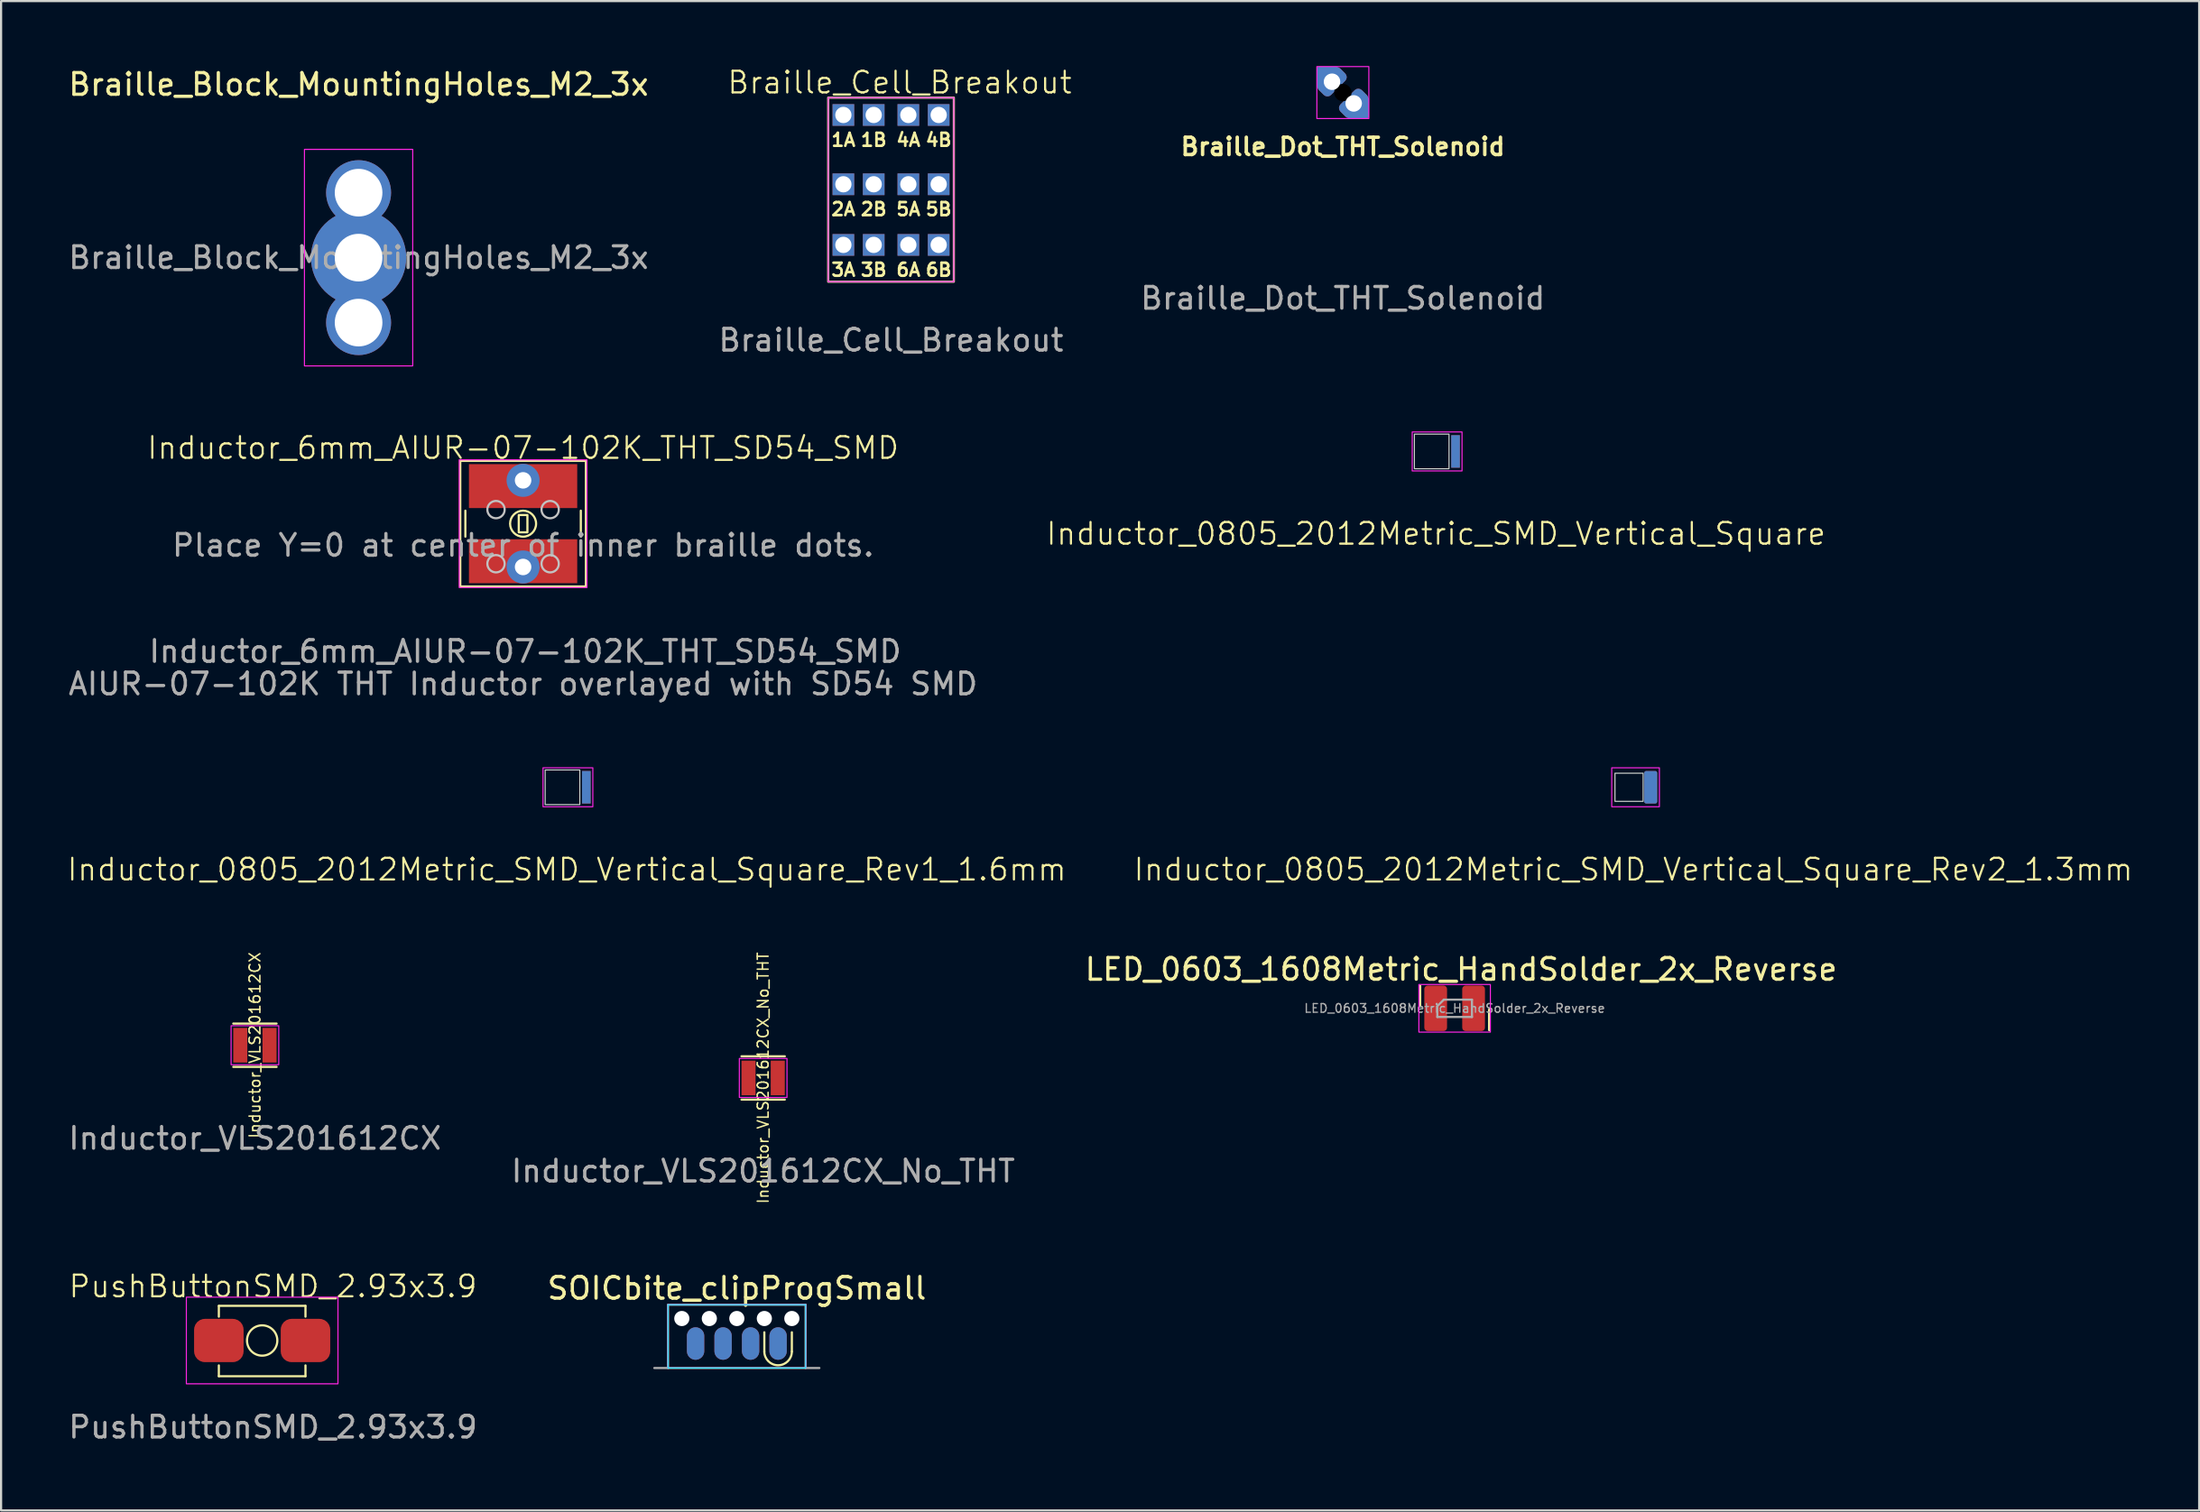
<source format=kicad_pcb>
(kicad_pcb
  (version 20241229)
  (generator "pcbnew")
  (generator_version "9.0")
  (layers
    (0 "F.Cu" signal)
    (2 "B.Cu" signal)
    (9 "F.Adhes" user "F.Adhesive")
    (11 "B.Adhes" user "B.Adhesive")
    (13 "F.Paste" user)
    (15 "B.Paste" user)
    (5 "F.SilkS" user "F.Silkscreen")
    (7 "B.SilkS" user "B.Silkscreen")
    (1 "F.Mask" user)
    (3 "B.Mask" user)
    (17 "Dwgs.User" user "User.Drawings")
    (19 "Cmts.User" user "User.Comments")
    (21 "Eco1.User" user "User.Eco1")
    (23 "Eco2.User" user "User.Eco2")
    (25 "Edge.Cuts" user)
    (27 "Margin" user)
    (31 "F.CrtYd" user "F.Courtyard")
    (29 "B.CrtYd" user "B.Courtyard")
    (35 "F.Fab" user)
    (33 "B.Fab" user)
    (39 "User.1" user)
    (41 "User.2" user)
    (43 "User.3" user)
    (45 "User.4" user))
  (footprint "Inductor_VLS201612CX"
    (layer "F.Cu")
    (at 8.72 45.22)
    (property "Reference" "Inductor_VLS201612CX" (at 0 0 90) (unlocked yes) (layer "F.SilkS") (effects (font (size 0.5 0.5) (thickness 0.07))))
    (attr smd)
    (fp_line (start -1 -1) (end 1 -1) (stroke (width 0.1) (type default)) (layer "F.SilkS"))
    (fp_line (start -1 1) (end 1 1) (stroke (width 0.1) (type default)) (layer "F.SilkS"))
    (fp_rect (start -1.1 -0.9) (end 1.1 0.9) (stroke (width 0.05) (type default)) (fill no) (layer "F.CrtYd"))
    (fp_text user "${REFERENCE}" (at 0 4.3 0) (unlocked yes) (layer "F.Fab") (effects (font (size 1 1) (thickness 0.15))))
    (pad "1" smd rect (at -0.675 0) (size 0.65 1.6) (layers "F.Cu" "F.Mask" "F.Paste"))
    (pad "2" smd rect (at 0.675 0) (size 0.65 1.6) (layers "F.Cu" "F.Mask" "F.Paste")))
  (footprint "PushButtonSMD_2.93x3.9"
    (layer "F.Cu")
    (at 9.054 58.857)
    (property "Reference" "PushButtonSMD_2.93x3.9" (at 0.5 -2.5 0) (unlocked yes) (layer "F.SilkS") (effects (font (size 1 1) (thickness 0.1))))
    (attr smd)
    (fp_line (start -2 -1.6) (end 2 -1.6) (stroke (width 0.1) (type default)) (layer "F.SilkS"))
    (fp_line (start -2 -1.1) (end -2 -1.6) (stroke (width 0.1) (type default)) (layer "F.SilkS"))
    (fp_line (start -2 1.65) (end -2 1.15) (stroke (width 0.1) (type default)) (layer "F.SilkS"))
    (fp_line (start 2 -1.6) (end 2 -1.1) (stroke (width 0.1) (type default)) (layer "F.SilkS"))
    (fp_line (start 2 1.15) (end 2 1.65) (stroke (width 0.1) (type default)) (layer "F.SilkS"))
    (fp_line (start 2 1.65) (end -2 1.65) (stroke (width 0.1) (type default)) (layer "F.SilkS"))
    (fp_circle (center 0 0) (end 0.7 0) (stroke (width 0.1) (type default)) (fill no) (layer "F.SilkS"))
    (fp_rect (start -3.5 -2) (end 3.5 2) (stroke (width 0.05) (type default)) (fill no) (layer "F.CrtYd"))
    (fp_text user "${REFERENCE}" (at 0.5 4 0) (unlocked yes) (layer "F.Fab") (effects (font (size 1 1) (thickness 0.15))))
    (pad "1" smd roundrect (at -2 0) (size 2.286 2) (layers "F.Cu" "F.Mask" "F.Paste") (roundrect_rratio 0.25))
    (pad "2" smd roundrect (at 2 0) (size 2.286 2) (layers "F.Cu" "F.Mask" "F.Paste") (roundrect_rratio 0.25)))
  (footprint "Braille_Block_MountingHoles_M2_3x"
    (layer "F.Cu")
    (at 13.506 8.848)
    (property "Reference" "Braille_Block_MountingHoles_M2_3x" (at 0 -8 0) (layer "F.SilkS") (effects (font (size 1 1) (thickness 0.15))))
    (attr exclude_from_pos_files exclude_from_bom)
    (fp_rect (start -2.5 -5) (end 2.5 5) (stroke (width 0.05) (type default)) (fill no) (layer "F.CrtYd"))
    (fp_text user "${REFERENCE}" (at 0 0 0) (layer "F.Fab") (effects (font (size 1 1) (thickness 0.15))))
    (pad "1" thru_hole circle (at 0 -3) (size 3 3) (drill 2.2) (layers "*.Cu" "*.Mask"))
    (pad "1" thru_hole circle (at 0 0) (size 4.4 4.4) (drill 2.2) (layers "*.Cu" "*.Mask"))
    (pad "1" thru_hole circle (at 0 3) (size 3 3) (drill 2.2) (layers "*.Cu" "*.Mask")))
  (footprint "SOICbite_clipProgSmall"
    (layer "F.Cu")
    (at 30.97 59.747)
    (property "Reference" "SOICbite_clipProgSmall" (at 0 -3.302 0) (layer "F.SilkS") (effects (font (size 1 1) (thickness 0.15))))
    (attr through_hole)
    (fp_line (start 1.27 -0.381) (end 1.27 -1.27) (stroke (width 0.1) (type solid)) (layer "F.SilkS"))
    (fp_line (start 2.54 -0.381) (end 2.54 -1.27) (stroke (width 0.1) (type solid)) (layer "F.SilkS"))
    (fp_arc (start 2.54 -0.381) (mid 1.905 0.254) (end 1.27 -0.381) (stroke (width 0.1) (type solid)) (layer "F.SilkS"))
    (fp_line (start -3.175 -2.54) (end 3.175 -2.54) (stroke (width 0.05) (type solid)) (layer "B.CrtYd"))
    (fp_line (start -3.175 0.381) (end -3.175 -2.54) (stroke (width 0.05) (type solid)) (layer "B.CrtYd"))
    (fp_line (start 3.175 -2.54) (end 3.175 0.381) (stroke (width 0.05) (type solid)) (layer "B.CrtYd"))
    (fp_line (start 3.175 0.381) (end -3.175 0.381) (stroke (width 0.05) (type solid)) (layer "B.CrtYd"))
    (fp_line (start -3.175 -2.54) (end -3.175 0.381) (stroke (width 0.05) (type solid)) (layer "F.CrtYd"))
    (fp_line (start -3.175 0.381) (end 3.175 0.381) (stroke (width 0.05) (type solid)) (layer "F.CrtYd"))
    (fp_line (start 3.175 -2.54) (end -3.175 -2.54) (stroke (width 0.05) (type solid)) (layer "F.CrtYd"))
    (fp_line (start 3.175 0.381) (end 3.175 -2.54) (stroke (width 0.05) (type solid)) (layer "F.CrtYd"))
    (fp_line (start -3.81 0.381) (end 3.81 0.381) (stroke (width 0.1) (type solid)) (layer "F.Fab"))
    (fp_line (start -3.175 -2.54) (end -3.175 0.381) (stroke (width 0.1) (type solid)) (layer "F.Fab"))
    (fp_line (start 3.175 -2.54) (end -3.175 -2.54) (stroke (width 0.1) (type solid)) (layer "F.Fab"))
    (fp_line (start 3.175 0.381) (end 3.175 -2.54) (stroke (width 0.1) (type solid)) (layer "F.Fab"))
    (pad "" np_thru_hole circle (at -2.54 -1.905) (size 0.7 0.7) (drill 0.7) (layers "*.Cu" "*.Mask"))
    (pad "" np_thru_hole circle (at -1.27 -1.905) (size 0.7 0.7) (drill 0.7) (layers "*.Cu" "*.Mask"))
    (pad "" np_thru_hole circle (at 0 -1.905) (size 0.7 0.7) (drill 0.7) (layers "*.Cu" "*.Mask"))
    (pad "" np_thru_hole circle (at 1.27 -1.905) (size 0.7 0.7) (drill 0.7) (layers "*.Cu" "*.Mask"))
    (pad "" np_thru_hole circle (at 2.54 -1.905) (size 0.7 0.7) (drill 0.7) (layers "*.Cu" "*.Mask"))
    (pad "1" smd oval (at 1.905 -0.75) (size 0.8 1.5) (layers "F.Cu" "F.Mask"))
    (pad "2" smd oval (at 0.635 -0.75) (size 0.8 1.5) (layers "F.Cu" "F.Mask"))
    (pad "3" smd oval (at -0.635 -0.75) (size 0.8 1.5) (layers "F.Cu" "F.Mask"))
    (pad "4" smd oval (at -1.905 -0.75) (size 0.8 1.5) (layers "F.Cu" "F.Mask"))
    (pad "5" smd oval (at -1.905 -0.75) (size 0.8 1.5) (layers "B.Cu" "B.Mask"))
    (pad "6" smd oval (at -0.635 -0.75) (size 0.8 1.5) (layers "B.Cu" "B.Mask"))
    (pad "7" smd oval (at 0.635 -0.75) (size 0.8 1.5) (layers "B.Cu" "B.Mask"))
    (pad "8" smd oval (at 1.905 -0.75) (size 0.8 1.5) (layers "B.Cu" "B.Mask")))
  (footprint "Inductor_0805_2012Metric_SMD_Vertical_Square_Rev1_1.6mm"
    (layer "F.Cu")
    (at 22.921 33.307)
    (property "Reference" "Inductor_0805_2012Metric_SMD_Vertical_Square_Rev1_1.6mm" (at 0.2 3.8 0) (unlocked yes) (layer "F.SilkS") (effects (font (size 1 1) (thickness 0.1))))
    (attr smd)
    (fp_rect (start -0.8 -0.8) (end 0.8 0.8) (stroke (width 0.05) (type default)) (fill no) (layer "Edge.Cuts"))
    (fp_rect (start -0.9 -0.9) (end 1.4 0.9) (stroke (width 0.05) (type default)) (fill no) (layer "F.CrtYd"))
    (pad "1" smd rect (at 1.1 0) (size 0.4 1.5) (layers "F.Cu" "F.Mask" "F.Paste"))
    (pad "2" smd rect (at 1.1 0) (size 0.4 1.5) (layers "B.Cu" "B.Mask" "B.Paste")))
  (footprint "Inductor_6mm_AIUR-07-102K_THT_SD54_SMD"
    (layer "F.Cu")
    (at 21.101 22.984)
    (property "Reference" "Inductor_6mm_AIUR-07-102K_THT_SD54_SMD" (at 0 -5.35 0) (unlocked yes) (layer "F.SilkS") (effects (font (size 1 1) (thickness 0.1))))
    (property "Description" "AIUR-07-102K THT Inductor overlayed with SD54 SMD" (at 0 5.55 0) (unlocked yes) (layer "F.Fab") (effects (font (size 1 1) (thickness 0.15))))
    (property "Placement_Note" "Place Y=0 at center of inner braille dots." (at 0 -0.85 0) (layer "F.Fab") (effects (font (size 1 1) (thickness 0.15))))
    (attr through_hole)
    (fp_line (start -2.665 -1.25) (end -2.665 -2.45) (stroke (width 0.1) (type default)) (layer "F.SilkS"))
    (fp_line (start 2.665 -1.25) (end 2.665 -2.45) (stroke (width 0.1) (type default)) (layer "F.SilkS"))
    (fp_rect (start -2.9 -4.75) (end 2.9 1.05) (stroke (width 0.1) (type default)) (fill no) (layer "F.SilkS"))
    (fp_rect (start -0.2 -2.25) (end 0.2 -1.45) (stroke (width 0.1) (type default)) (fill no) (layer "F.SilkS"))
    (fp_circle (center 0 -1.85) (end -0.6 -1.85) (stroke (width 0.1) (type default)) (fill no) (layer "F.SilkS"))
    (fp_circle (center -1.25 -2.5) (end -0.85 -2.5) (stroke (width 0.1) (type default)) (fill no) (layer "Dwgs.User"))
    (fp_circle (center -1.25 0) (end -0.85 0) (stroke (width 0.1) (type default)) (fill no) (layer "Dwgs.User"))
    (fp_circle (center 1.25 -2.5) (end 1.65 -2.5) (stroke (width 0.1) (type default)) (fill no) (layer "Dwgs.User"))
    (fp_circle (center 1.25 0) (end 1.65 0) (stroke (width 0.1) (type default)) (fill no) (layer "Dwgs.User"))
    (fp_rect (start -2.95 -4.8) (end 2.95 1.1) (stroke (width 0.05) (type default)) (fill no) (layer "F.CrtYd"))
    (fp_text user "${REFERENCE}" (at 0.1 4.05 0) (unlocked yes) (layer "F.Fab") (effects (font (size 1 1) (thickness 0.15))))
    (pad "1" smd rect (at 0 -0.115 90) (size 2.03 5) (layers "F.Cu" "F.Mask" "F.Paste"))
    (pad "1" thru_hole circle (at 0 0.15 90) (size 1.524 1.524) (drill 0.762) (layers "*.Cu" "*.Mask"))
    (pad "2" thru_hole circle (at 0 -3.85 90) (size 1.524 1.524) (drill 0.762) (layers "*.Cu" "*.Mask"))
    (pad "2" smd rect (at 0 -3.585 90) (size 2.03 5) (layers "F.Cu" "F.Mask" "F.Paste")))
  (footprint "Inductor_VLS201612CX_No_THT"
    (layer "F.Cu")
    (at 32.185 46.732)
    (property "Reference" "Inductor_VLS201612CX_No_THT" (at 0 0 90) (unlocked yes) (layer "F.SilkS") (effects (font (size 0.5 0.5) (thickness 0.07))))
    (attr smd)
    (fp_line (start -1 -1) (end 1 -1) (stroke (width 0.1) (type default)) (layer "F.SilkS"))
    (fp_line (start -1 1) (end 1 1) (stroke (width 0.1) (type default)) (layer "F.SilkS"))
    (fp_rect (start -1.1 -0.9) (end 1.1 0.9) (stroke (width 0.05) (type default)) (fill no) (layer "F.CrtYd"))
    (fp_text user "${REFERENCE}" (at 0 4.3 0) (unlocked yes) (layer "F.Fab") (effects (font (size 1 1) (thickness 0.15))))
    (pad "1" smd rect (at -0.675 0) (size 0.65 1.6) (layers "F.Cu" "F.Mask" "F.Paste"))
    (pad "2" smd rect (at 0.675 0) (size 0.65 1.6) (layers "F.Cu" "F.Mask" "F.Paste")))
  (footprint "Inductor_0805_2012Metric_SMD_Vertical_Square_Rev2_1.3mm"
    (layer "F.Cu")
    (at 72.164 33.307)
    (property "Reference" "Inductor_0805_2012Metric_SMD_Vertical_Square_Rev2_1.3mm" (at 0.2 3.8 0) (unlocked yes) (layer "F.SilkS") (effects (font (size 1 1) (thickness 0.1))))
    (attr smd)
    (fp_rect (start -0.65 -0.65) (end 0.65 0.65) (stroke (width 0.05) (type default)) (fill no) (layer "Edge.Cuts"))
    (fp_rect (start -0.8 -0.9) (end 1.4 0.9) (stroke (width 0.05) (type default)) (fill no) (layer "F.CrtYd"))
    (pad "1" smd roundrect (at 1 0) (size 0.6 1.5) (layers "F.Cu" "F.Mask" "F.Paste") (roundrect_rratio 0.15))
    (pad "2" smd roundrect (at 1 0) (size 0.6 1.5) (layers "B.Cu" "B.Mask" "B.Paste") (roundrect_rratio 0.15)))
  (footprint "Braille_Cell_Breakout"
    (layer "F.Cu")
    (at 38.089 5.46)
    (property "Reference" "Braille_Cell_Breakout" (at 0.4 -4.7 0) (unlocked yes) (layer "F.SilkS") (effects (font (size 1 1) (thickness 0.1))))
    (attr through_hole)
    (fp_rect (start -2.9 -4) (end 2.9 4.5) (stroke (width 0.1) (type default)) (fill no) (layer "F.SilkS"))
    (fp_rect (start -2.9 -4) (end 2.9 4.5) (stroke (width 0.05) (type default)) (fill no) (layer "F.CrtYd"))
    (fp_text user "1B" (at -0.8 -2.4 0) (unlocked yes) (layer "F.SilkS") (effects (font (size 0.6 0.6) (thickness 0.12) (bold yes)) (justify top)))
    (fp_text user "6B" (at 2.2 3.6 0) (unlocked yes) (layer "F.SilkS") (effects (font (size 0.6 0.6) (thickness 0.12) (bold yes)) (justify top)))
    (fp_text user "5B" (at 2.2 0.8 0) (unlocked yes) (layer "F.SilkS") (effects (font (size 0.6 0.6) (thickness 0.12) (bold yes)) (justify top)))
    (fp_text user "4B" (at 2.2 -2.4 0) (unlocked yes) (layer "F.SilkS") (effects (font (size 0.6 0.6) (thickness 0.12) (bold yes)) (justify top)))
    (fp_text user "4A" (at 0.8 -2.4 0) (unlocked yes) (layer "F.SilkS") (effects (font (size 0.6 0.6) (thickness 0.12) (bold yes)) (justify top)))
    (fp_text user "1A" (at -2.2 -2.4 0) (unlocked yes) (layer "F.SilkS") (effects (font (size 0.6 0.6) (thickness 0.12) (bold yes)) (justify top)))
    (fp_text user "2A" (at -2.2 0.8 0) (unlocked yes) (layer "F.SilkS") (effects (font (size 0.6 0.6) (thickness 0.12) (bold yes)) (justify top)))
    (fp_text user "6A" (at 0.8 3.6 0) (unlocked yes) (layer "F.SilkS") (effects (font (size 0.6 0.6) (thickness 0.12) (bold yes)) (justify top)))
    (fp_text user "5A" (at 0.8 0.8 0) (unlocked yes) (layer "F.SilkS") (effects (font (size 0.6 0.6) (thickness 0.12) (bold yes)) (justify top)))
    (fp_text user "2B" (at -0.8 0.8 0) (unlocked yes) (layer "F.SilkS") (effects (font (size 0.6 0.6) (thickness 0.12) (bold yes)) (justify top)))
    (fp_text user "3A" (at -2.2 3.6 0) (unlocked yes) (layer "F.SilkS") (effects (font (size 0.6 0.6) (thickness 0.12) (bold yes)) (justify top)))
    (fp_text user "3B" (at -0.8 3.6 0) (unlocked yes) (layer "F.SilkS") (effects (font (size 0.6 0.6) (thickness 0.12) (bold yes)) (justify top)))
    (fp_text user "${REFERENCE}" (at 0 7.2 0) (unlocked yes) (layer "F.Fab") (effects (font (size 1 1) (thickness 0.15))))
    (pad "1" thru_hole rect (at -2.2 -3.2) (size 1 1) (drill 0.75) (layers "*.Cu" "*.Mask"))
    (pad "2" thru_hole rect (at -0.8 -3.2) (size 1 1) (drill 0.75) (layers "*.Cu" "*.Mask"))
    (pad "3" thru_hole rect (at -2.2 0) (size 1 1) (drill 0.75) (layers "*.Cu" "*.Mask"))
    (pad "4" thru_hole rect (at -0.8 0) (size 1 1) (drill 0.75) (layers "*.Cu" "*.Mask"))
    (pad "5" thru_hole rect (at -2.2 2.8) (size 1 1) (drill 0.75) (layers "*.Cu" "*.Mask"))
    (pad "6" thru_hole rect (at -0.8 2.8) (size 1 1) (drill 0.75) (layers "*.Cu" "*.Mask"))
    (pad "7" thru_hole rect (at 0.8 -3.2) (size 1 1) (drill 0.75) (layers "*.Cu" "*.Mask"))
    (pad "8" thru_hole rect (at 2.2 -3.2) (size 1 1) (drill 0.75) (layers "*.Cu" "*.Mask"))
    (pad "9" thru_hole rect (at 0.8 0) (size 1 1) (drill 0.75) (layers "*.Cu" "*.Mask"))
    (pad "10" thru_hole rect (at 2.2 0) (size 1 1) (drill 0.75) (layers "*.Cu" "*.Mask"))
    (pad "11" thru_hole rect (at 0.8 2.8) (size 1 1) (drill 0.75) (layers "*.Cu" "*.Mask"))
    (pad "12" thru_hole rect (at 2.2 2.8) (size 1 1) (drill 0.75) (layers "*.Cu" "*.Mask")))
  (footprint "LED_0603_1608Metric_HandSolder_2x_Reverse"
    (layer "F.Cu")
    (at 64.111 43.516)
    (property "Reference" "LED_0603_1608Metric_HandSolder_2x_Reverse" (at 0.3 -1.8 0) (layer "F.SilkS") (effects (font (size 1 1) (thickness 0.15))))
    (attr smd)
    (fp_line (start -1.6 -1.035) (end -1.6 -0.1) (stroke (width 0.12) (type solid)) (layer "F.SilkS"))
    (fp_line (start 1.6 0.065) (end 1.6 1) (stroke (width 0.12) (type solid)) (layer "F.SilkS"))
    (fp_rect (start -1.65 -1.1) (end 1.65 1.1) (stroke (width 0.05) (type default)) (fill no) (layer "F.CrtYd"))
    (fp_line (start -0.8 -0.1) (end -0.8 0.4) (stroke (width 0.1) (type solid)) (layer "F.Fab"))
    (fp_line (start -0.8 0.4) (end 0.8 0.4) (stroke (width 0.1) (type solid)) (layer "F.Fab"))
    (fp_line (start -0.5 -0.4) (end -0.8 -0.1) (stroke (width 0.1) (type solid)) (layer "F.Fab"))
    (fp_line (start 0.8 -0.4) (end -0.5 -0.4) (stroke (width 0.1) (type solid)) (layer "F.Fab"))
    (fp_line (start 0.8 0.4) (end 0.8 -0.4) (stroke (width 0.1) (type solid)) (layer "F.Fab"))
    (fp_text user "${REFERENCE}" (at 0 0 0) (layer "F.Fab") (effects (font (size 0.4 0.4) (thickness 0.06))))
    (pad "1" smd roundrect (at -0.875 0) (size 1.05 2.1) (layers "F.Cu" "F.Mask" "F.Paste") (roundrect_rratio 0.15))
    (pad "2" smd roundrect (at 0.875 0) (size 1.05 2.1) (layers "F.Cu" "F.Mask" "F.Paste") (roundrect_rratio 0.15)))
  (footprint "Braille_Dot_THT_Solenoid"
    (layer "F.Cu")
    (at 58.95 1.225)
    (property "Reference" "Braille_Dot_THT_Solenoid" (at 0 2.5 0) (unlocked yes) (layer "F.SilkS") (effects (font (size 0.8 0.8) (thickness 0.16) (bold yes))))
    (attr through_hole)
    (fp_rect (start -1.2 -1.2) (end 1.2 1.2) (stroke (width 0.05) (type default)) (fill no) (layer "F.CrtYd"))
    (fp_text user "${REFERENCE}" (at 0 9.5 0) (unlocked yes) (layer "F.Fab") (effects (font (size 1 1) (thickness 0.15))))
    (pad "" np_thru_hole circle (at 0 0 45) (size 0.8 0.8) (drill 0.8) (layers "*.Mask"))
    (pad "1" thru_hole custom (at -0.5 -0.5 45) (size 0.8 0.8) (drill 0.762) (layers "*.Cu" "*.Mask") (options (anchor circle)) (primitives (gr_poly (pts (xy -0.7 -0.16) (xy -0.682 -0.252) (xy -0.63 -0.33) (xy -0.552 -0.382) (xy -0.46 -0.4) (xy 0.46 -0.4) (xy 0.552 -0.382) (xy 0.63 -0.33) (xy 0.682 -0.252) (xy 0.7 -0.16) (xy 0.7 0.16) (xy 0.682 0.252) (xy 0.63 0.33) (xy 0.552 0.382) (xy 0.46 0.4) (xy -0.46 0.4) (xy -0.552 0.382) (xy -0.63 0.33) (xy -0.682 0.252) (xy -0.7 0.16)) (width 0) (fill yes)) (gr_poly (pts (xy 0.566 -0.283) (xy 0 -0.849) (xy -0.566 -0.283)) (width 0.2) (fill yes))))
    (pad "2" thru_hole custom (at 0.5 0.5 45) (size 0.8 0.8) (drill 0.762) (layers "*.Cu" "*.Mask") (options (anchor circle)) (primitives (gr_poly (pts (xy -0.7 -0.16) (xy -0.682 -0.252) (xy -0.63 -0.33) (xy -0.552 -0.382) (xy -0.46 -0.4) (xy 0.46 -0.4) (xy 0.552 -0.382) (xy 0.63 -0.33) (xy 0.682 -0.252) (xy 0.7 -0.16) (xy 0.7 0.16) (xy 0.682 0.252) (xy 0.63 0.33) (xy 0.552 0.382) (xy 0.46 0.4) (xy -0.46 0.4) (xy -0.552 0.382) (xy -0.63 0.33) (xy -0.682 0.252) (xy -0.7 0.16)) (width 0) (fill yes)) (gr_poly (pts (xy 0.566 0.283) (xy 0 0.849) (xy -0.566 0.283)) (width 0.2) (fill yes)))))
  (footprint "Inductor_0805_2012Metric_SMD_Vertical_Square"
    (layer "F.Cu")
    (at 63.052 17.798)
    (property "Reference" "Inductor_0805_2012Metric_SMD_Vertical_Square" (at 0.2 3.8 0) (unlocked yes) (layer "F.SilkS") (effects (font (size 1 1) (thickness 0.1))))
    (attr smd)
    (fp_rect (start -0.8 -0.8) (end 0.8 0.8) (stroke (width 0.05) (type default)) (fill no) (layer "Edge.Cuts"))
    (fp_rect (start -0.9 -0.9) (end 1.4 0.9) (stroke (width 0.05) (type default)) (fill no) (layer "F.CrtYd"))
    (pad "1" smd rect (at 1.1 0) (size 0.4 1.5) (layers "F.Cu" "F.Mask" "F.Paste"))
    (pad "2" smd rect (at 1.1 0) (size 0.4 1.5) (layers "B.Cu" "B.Mask" "B.Paste")))
  (gr_rect
    (start -3 -3)
    (end 98.486 66.705)
    (stroke (width 0.1) (type default))
    (fill no)
    (layer "Edge.Cuts")))
</source>
